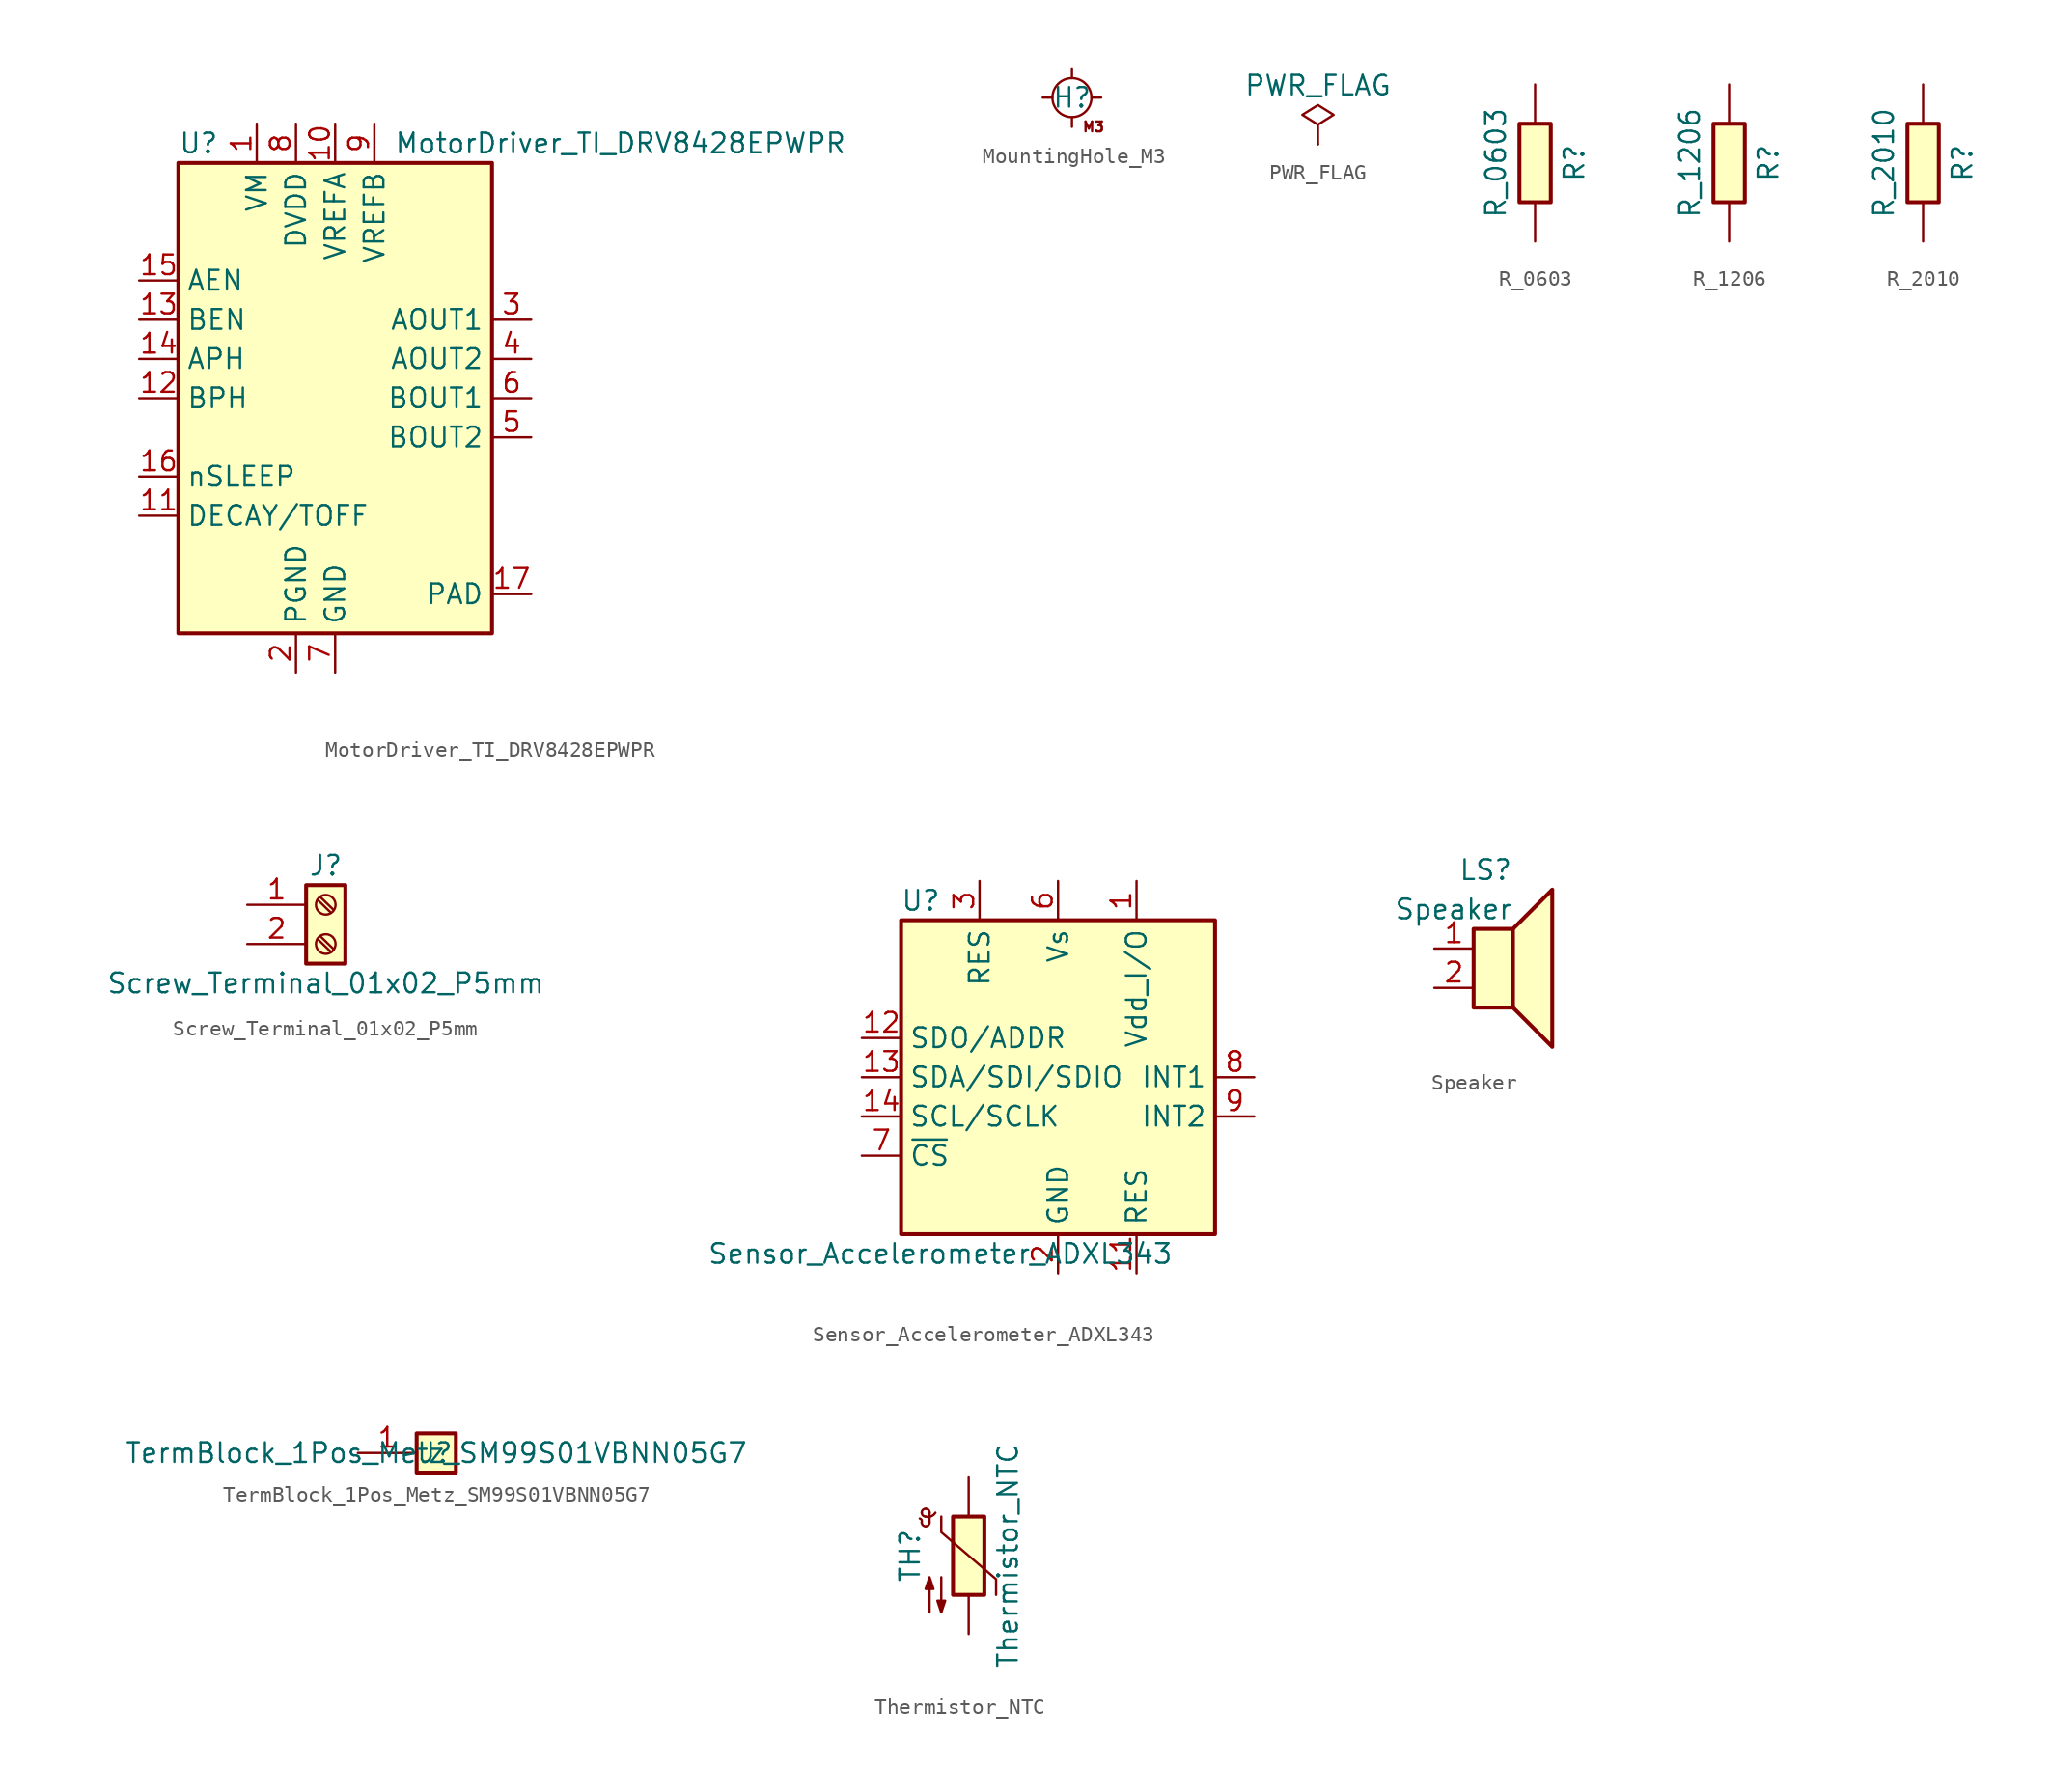
<source format=kicad_sym>
(kicad_symbol_lib
  (version 20231120)
  (generator "kicad_symbol_editor")
  (generator_version "8.0")
  (symbol "MotorDriver_TI_DRV8428EPWPR"
    (property "Reference" "U"
      (at -10.16 16.51 0)
      (effects (font (size 1.27 1.27)) (justify left)))
    (property "Value" "MotorDriver_TI_DRV8428EPWPR"
      (at 3.81 16.51 0)
      (effects (font (size 1.27 1.27)) (justify left)))
    (symbol "MotorDriver_TI_DRV8428EPWPR_0_1"
      (rectangle (start -10.16 15.24) (end 10.16 -15.24) (stroke (width 0.254) (type default)) (fill (type background))))
    (symbol "MotorDriver_TI_DRV8428EPWPR_1_1"
      (pin power_in line (at -5.08 17.78 270) (length 2.54) (name "VM" (effects (font (size 1.27 1.27)))) (number "1" (effects (font (size 1.27 1.27)))))
      (pin power_in line (at 0 17.78 270) (length 2.54) (name "VREFA" (effects (font (size 1.27 1.27)))) (number "10" (effects (font (size 1.27 1.27)))))
      (pin input line (at -12.7 -7.62 0) (length 2.54) (name "DECAY/TOFF" (effects (font (size 1.27 1.27)))) (number "11" (effects (font (size 1.27 1.27)))))
      (pin input line (at -12.7 0 0) (length 2.54) (name "BPH" (effects (font (size 1.27 1.27)))) (number "12" (effects (font (size 1.27 1.27)))))
      (pin input line (at -12.7 5.08 0) (length 2.54) (name "BEN" (effects (font (size 1.27 1.27)))) (number "13" (effects (font (size 1.27 1.27)))))
      (pin input line (at -12.7 2.54 0) (length 2.54) (name "APH" (effects (font (size 1.27 1.27)))) (number "14" (effects (font (size 1.27 1.27)))))
      (pin input line (at -12.7 7.62 0) (length 2.54) (name "AEN" (effects (font (size 1.27 1.27)))) (number "15" (effects (font (size 1.27 1.27)))))
      (pin input line (at -12.7 -5.08 0) (length 2.54) (name "nSLEEP" (effects (font (size 1.27 1.27)))) (number "16" (effects (font (size 1.27 1.27)))))
      (pin passive line (at 12.7 -12.7 180) (length 2.54) (name "PAD" (effects (font (size 1.27 1.27)))) (number "17" (effects (font (size 1.27 1.27)))))
      (pin power_in line (at -2.54 -17.78 90) (length 2.54) (name "PGND" (effects (font (size 1.27 1.27)))) (number "2" (effects (font (size 1.27 1.27)))))
      (pin output line (at 12.7 5.08 180) (length 2.54) (name "AOUT1" (effects (font (size 1.27 1.27)))) (number "3" (effects (font (size 1.27 1.27)))))
      (pin output line (at 12.7 2.54 180) (length 2.54) (name "AOUT2" (effects (font (size 1.27 1.27)))) (number "4" (effects (font (size 1.27 1.27)))))
      (pin output line (at 12.7 -2.54 180) (length 2.54) (name "BOUT2" (effects (font (size 1.27 1.27)))) (number "5" (effects (font (size 1.27 1.27)))))
      (pin output line (at 12.7 0 180) (length 2.54) (name "BOUT1" (effects (font (size 1.27 1.27)))) (number "6" (effects (font (size 1.27 1.27)))))
      (pin power_in line (at 0 -17.78 90) (length 2.54) (name "GND" (effects (font (size 1.27 1.27)))) (number "7" (effects (font (size 1.27 1.27)))))
      (pin power_in line (at -2.54 17.78 270) (length 2.54) (name "DVDD" (effects (font (size 1.27 1.27)))) (number "8" (effects (font (size 1.27 1.27)))))
      (pin power_in line (at 2.54 17.78 270) (length 2.54) (name "VREFB" (effects (font (size 1.27 1.27)))) (number "9" (effects (font (size 1.27 1.27)))))))
  (symbol "MountingHole_M3"
    (pin_numbers hide)
    (pin_names
      (offset 0))
    (property "Reference" "H"
      (at 0 0 0)
      (effects (font (size 1.27 1.27))))
    (property "Value" ""
      (at 0 0 0)
      (effects (font (size 1.27 1.27))))
    (symbol "MountingHole_M3_0_1"
      (polyline (pts (xy -1.27 0) (xy -1.905 0)) (stroke (width 0) (type default)) (fill (type none)))
      (polyline (pts (xy 0 -1.27) (xy 0 -1.905)) (stroke (width 0) (type default)) (fill (type none)))
      (polyline (pts (xy 0 1.27) (xy 0 1.905)) (stroke (width 0) (type default)) (fill (type none)))
      (polyline (pts (xy 1.27 0) (xy 1.905 0)) (stroke (width 0) (type default)) (fill (type none)))
      (circle (center 0 0) (radius 1.27) (stroke (width 0) (type default)) (fill (type none))))
    (symbol "MountingHole_M3_1_1"
      (text "M3" (at 0.635 -1.905 0) (effects (font (size 0.635 0.635)) (justify left)))))
  (symbol "PWR_FLAG"
    (power)
    (pin_numbers hide)
    (pin_names
      (offset 0) hide)
    (property "Reference" "#FLG"
      (at 0 0 0)
      (effects (font (size 1.27 1.27)) (hide yes)))
    (property "Value" "PWR_FLAG"
      (at 0 3.81 0)
      (effects (font (size 1.27 1.27))))
    (symbol "PWR_FLAG_0_1"
      (polyline (pts (xy 0 0) (xy 0 1.27) (xy -1.016 1.905) (xy 0 2.54) (xy 1.016 1.905) (xy 0 1.27)) (stroke (width 0) (type default)) (fill (type none))))
    (symbol "PWR_FLAG_1_0"
      (pin power_out line (at 0 0 90) (length 0) (name "PWR_FLAG" (effects (font (size 1.27 1.27)))) (number "1" (effects (font (size 1.27 1.27)))))))
  (symbol "R_0603"
    (pin_numbers hide)
    (pin_names
      (offset 0))
    (property "Reference" "R"
      (at 2.54 0 90)
      (effects (font (size 1.27 1.27))))
    (property "Value" "R_0603"
      (at -2.54 0 90)
      (effects (font (size 1.27 1.27))))
    (symbol "R_0603_0_1"
      (rectangle (start -1.016 -2.54) (end 1.016 2.54) (stroke (width 0.254) (type default)) (fill (type background))))
    (symbol "R_0603_1_1"
      (pin passive line (at 0 5.08 270) (length 2.54) (name "~" (effects (font (size 1.27 1.27)))) (number "1" (effects (font (size 1.27 1.27)))))
      (pin passive line (at 0 -5.08 90) (length 2.54) (name "~" (effects (font (size 1.27 1.27)))) (number "2" (effects (font (size 1.27 1.27)))))))
  (symbol "R_1206"
    (pin_numbers hide)
    (pin_names
      (offset 0))
    (property "Reference" "R"
      (at 2.54 0 90)
      (effects (font (size 1.27 1.27))))
    (property "Value" "R_1206"
      (at -2.54 0 90)
      (effects (font (size 1.27 1.27))))
    (symbol "R_1206_0_1"
      (rectangle (start -1.016 -2.54) (end 1.016 2.54) (stroke (width 0.254) (type default)) (fill (type background))))
    (symbol "R_1206_1_1"
      (pin passive line (at 0 5.08 270) (length 2.54) (name "~" (effects (font (size 1.27 1.27)))) (number "1" (effects (font (size 1.27 1.27)))))
      (pin passive line (at 0 -5.08 90) (length 2.54) (name "~" (effects (font (size 1.27 1.27)))) (number "2" (effects (font (size 1.27 1.27)))))))
  (symbol "R_2010"
    (pin_numbers hide)
    (pin_names
      (offset 0))
    (property "Reference" "R"
      (at 2.54 0 90)
      (effects (font (size 1.27 1.27))))
    (property "Value" "R_2010"
      (at -2.54 0 90)
      (effects (font (size 1.27 1.27))))
    (symbol "R_2010_0_1"
      (rectangle (start -1.016 -2.54) (end 1.016 2.54) (stroke (width 0.254) (type default)) (fill (type background))))
    (symbol "R_2010_1_1"
      (pin passive line (at 0 5.08 270) (length 2.54) (name "~" (effects (font (size 1.27 1.27)))) (number "1" (effects (font (size 1.27 1.27)))))
      (pin passive line (at 0 -5.08 90) (length 2.54) (name "~" (effects (font (size 1.27 1.27)))) (number "2" (effects (font (size 1.27 1.27)))))))
  (symbol "Screw_Terminal_01x02_P5mm"
    (pin_names
      (offset 1.016) hide)
    (property "Reference" "J"
      (at 0 3.81 0)
      (effects (font (size 1.27 1.27))))
    (property "Value" "Screw_Terminal_01x02_P5mm"
      (at 0 -3.81 0)
      (effects (font (size 1.27 1.27))))
    (symbol "Screw_Terminal_01x02_P5mm_1_1"
      (rectangle (start -1.27 2.54) (end 1.27 -2.54) (stroke (width 0.254) (type default)) (fill (type background)))
      (circle (center 0 -1.27) (radius 0.635) (stroke (width 0.152) (type default)) (fill (type none)))
      (polyline (pts (xy -0.533 -0.94) (xy 0.33 -1.778)) (stroke (width 0.152) (type default)) (fill (type none)))
      (polyline (pts (xy -0.533 1.6) (xy 0.33 0.762)) (stroke (width 0.152) (type default)) (fill (type none)))
      (polyline (pts (xy -0.356 -0.762) (xy 0.508 -1.6)) (stroke (width 0.152) (type default)) (fill (type none)))
      (polyline (pts (xy -0.356 1.778) (xy 0.508 0.94)) (stroke (width 0.152) (type default)) (fill (type none)))
      (circle (center 0 1.27) (radius 0.635) (stroke (width 0.152) (type default)) (fill (type none)))
      (pin passive line (at -5.08 1.27 0) (length 3.81) (name "Pin_1" (effects (font (size 1.27 1.27)))) (number "1" (effects (font (size 1.27 1.27)))))
      (pin passive line (at -5.08 -1.27 0) (length 3.81) (name "Pin_2" (effects (font (size 1.27 1.27)))) (number "2" (effects (font (size 1.27 1.27)))))))
  (symbol "Sensor_Accelerometer_ADXL343"
    (property "Reference" "U"
      (at -8.89 11.43 0)
      (effects (font (size 1.27 1.27))))
    (property "Value" "Sensor_Accelerometer_ADXL343"
      (at -7.62 -11.43 0)
      (effects (font (size 1.27 1.27))))
    (symbol "Sensor_Accelerometer_ADXL343_0_1"
      (rectangle (start -10.16 10.16) (end 10.16 -10.16) (stroke (width 0.254) (type default)) (fill (type background))))
    (symbol "Sensor_Accelerometer_ADXL343_1_1"
      (pin power_in line (at 5.08 12.7 270) (length 2.54) (name "Vdd_I/O" (effects (font (size 1.27 1.27)))) (number "1" (effects (font (size 1.27 1.27)))))
      (pin no_connect line (at -5.08 -10.16 90) (length 2.54) hide (name "NC" (effects (font (size 1.27 1.27)))) (number "10" (effects (font (size 1.27 1.27)))))
      (pin passive line (at 5.08 -12.7 90) (length 2.54) (name "RES" (effects (font (size 1.27 1.27)))) (number "11" (effects (font (size 1.27 1.27)))))
      (pin bidirectional line (at -12.7 2.54 0) (length 2.54) (name "SDO/ADDR" (effects (font (size 1.27 1.27)))) (number "12" (effects (font (size 1.27 1.27)))))
      (pin bidirectional line (at -12.7 0 0) (length 2.54) (name "SDA/SDI/SDIO" (effects (font (size 1.27 1.27)))) (number "13" (effects (font (size 1.27 1.27)))))
      (pin input line (at -12.7 -2.54 0) (length 2.54) (name "SCL/SCLK" (effects (font (size 1.27 1.27)))) (number "14" (effects (font (size 1.27 1.27)))))
      (pin power_in line (at 0 -12.7 90) (length 2.54) (name "GND" (effects (font (size 1.27 1.27)))) (number "2" (effects (font (size 1.27 1.27)))))
      (pin passive line (at -5.08 12.7 270) (length 2.54) (name "RES" (effects (font (size 1.27 1.27)))) (number "3" (effects (font (size 1.27 1.27)))))
      (pin passive line (at 0 -12.7 90) (length 2.54) hide (name "GND" (effects (font (size 1.27 1.27)))) (number "4" (effects (font (size 1.27 1.27)))))
      (pin passive line (at 0 -12.7 90) (length 2.54) hide (name "GND" (effects (font (size 1.27 1.27)))) (number "5" (effects (font (size 1.27 1.27)))))
      (pin power_in line (at 0 12.7 270) (length 2.54) (name "Vs" (effects (font (size 1.27 1.27)))) (number "6" (effects (font (size 1.27 1.27)))))
      (pin input line (at -12.7 -5.08 0) (length 2.54) (name "~{CS}" (effects (font (size 1.27 1.27)))) (number "7" (effects (font (size 1.27 1.27)))))
      (pin output line (at 12.7 0 180) (length 2.54) (name "INT1" (effects (font (size 1.27 1.27)))) (number "8" (effects (font (size 1.27 1.27)))))
      (pin output line (at 12.7 -2.54 180) (length 2.54) (name "INT2" (effects (font (size 1.27 1.27)))) (number "9" (effects (font (size 1.27 1.27)))))))
  (symbol "Speaker"
    (pin_names
      (offset 0) hide)
    (property "Reference" "LS"
      (at 1.27 6.35 0)
      (effects (font (size 1.27 1.27)) (justify right)))
    (property "Value" "Speaker"
      (at 1.27 3.81 0)
      (effects (font (size 1.27 1.27)) (justify right)))
    (symbol "Speaker_0_0"
      (rectangle (start -1.27 2.54) (end 1.27 -2.54) (stroke (width 0.254) (type default)) (fill (type background)))
      (polyline (pts (xy 1.27 2.54) (xy 3.81 5.08) (xy 3.81 -5.08) (xy 1.27 -2.54)) (stroke (width 0.254) (type default)) (fill (type background))))
    (symbol "Speaker_1_1"
      (pin input line (at -3.81 1.27 0) (length 2.54) (name "1" (effects (font (size 1.27 1.27)))) (number "1" (effects (font (size 1.27 1.27)))))
      (pin input line (at -3.81 -1.27 0) (length 2.54) (name "2" (effects (font (size 1.27 1.27)))) (number "2" (effects (font (size 1.27 1.27)))))))
  (symbol "TermBlock_1Pos_Metz_SM99S01VBNN05G7"
    (property "Reference" "J"
      (at 0 0 0)
      (effects (font (size 1.27 1.27))))
    (property "Value" "TermBlock_1Pos_Metz_SM99S01VBNN05G7"
      (at 0 0 0)
      (effects (font (size 1.27 1.27))))
    (symbol "TermBlock_1Pos_Metz_SM99S01VBNN05G7_1_1"
      (rectangle (start -1.27 1.27) (end 1.27 -1.27) (stroke (width 0.254) (type default)) (fill (type background)))
      (pin passive line (at -5.08 0 0) (length 3.81) (name "" (effects (font (size 1.27 1.27)))) (number "1" (effects (font (size 1.27 1.27)))))))
  (symbol "Thermistor_NTC"
    (pin_numbers hide)
    (pin_names
      (offset 0))
    (property "Reference" "TH"
      (at -3.81 0 90)
      (effects (font (size 1.27 1.27))))
    (property "Value" "Thermistor_NTC"
      (at 2.54 0 90)
      (effects (font (size 1.27 1.27))))
    (symbol "Thermistor_NTC_0_1"
      (arc (start -3.048 2.159) (mid -3.0505 2.3165) (end -3.175 2.413) (stroke (width 0) (type default)) (fill (type none)))
      (arc (start -3.048 2.159) (mid -2.9736 1.9794) (end -2.794 1.905) (stroke (width 0) (type default)) (fill (type none)))
      (arc (start -3.048 2.794) (mid -2.9736 2.6144) (end -2.794 2.54) (stroke (width 0) (type default)) (fill (type none)))
      (arc (start -2.794 1.905) (mid -2.6144 1.9794) (end -2.54 2.159) (stroke (width 0) (type default)) (fill (type none)))
      (arc (start -2.794 2.54) (mid -2.434 2.5608) (end -2.159 2.794) (stroke (width 0) (type default)) (fill (type none)))
      (arc (start -2.794 3.048) (mid -2.9736 2.9736) (end -3.048 2.794) (stroke (width 0) (type default)) (fill (type none)))
      (arc (start -2.54 2.794) (mid -2.6144 2.9736) (end -2.794 3.048) (stroke (width 0) (type default)) (fill (type none)))
      (rectangle (start -1.016 2.54) (end 1.016 -2.54) (stroke (width 0.254) (type default)) (fill (type background)))
      (polyline (pts (xy -2.54 2.159) (xy -2.54 2.794)) (stroke (width 0) (type default)) (fill (type none)))
      (polyline (pts (xy -1.778 2.54) (xy -1.778 1.524) (xy 1.778 -1.524) (xy 1.778 -2.54)) (stroke (width 0) (type default)) (fill (type none)))
      (polyline (pts (xy -2.54 -3.683) (xy -2.54 -1.397) (xy -2.794 -2.159) (xy -2.286 -2.159) (xy -2.54 -1.397) (xy -2.54 -1.651)) (stroke (width 0) (type default)) (fill (type outline)))
      (polyline (pts (xy -1.778 -1.397) (xy -1.778 -3.683) (xy -2.032 -2.921) (xy -1.524 -2.921) (xy -1.778 -3.683) (xy -1.778 -3.429)) (stroke (width 0) (type default)) (fill (type outline))))
    (symbol "Thermistor_NTC_1_1"
      (pin passive line (at 0 5.08 270) (length 2.54) (name "~" (effects (font (size 1.27 1.27)))) (number "1" (effects (font (size 1.27 1.27)))))
      (pin passive line (at 0 -5.08 90) (length 2.54) (name "~" (effects (font (size 1.27 1.27)))) (number "2" (effects (font (size 1.27 1.27))))))))
</source>
